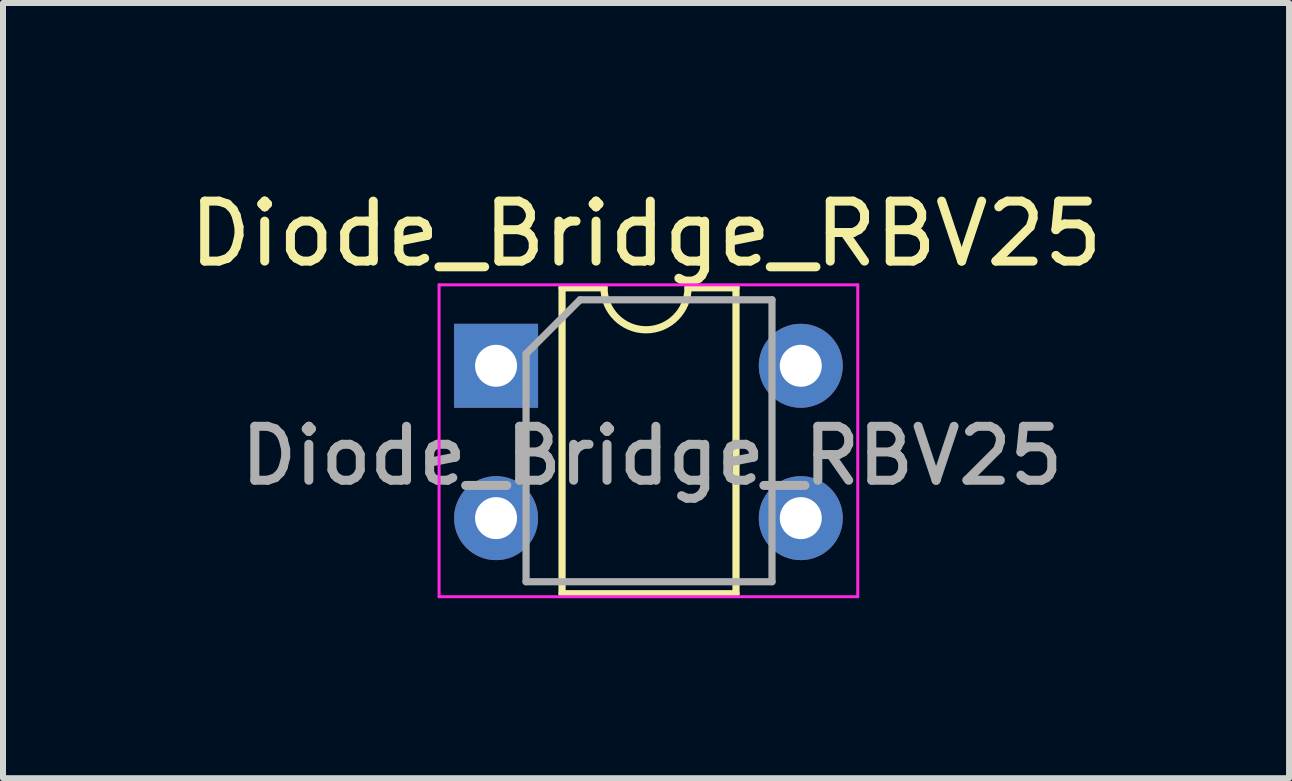
<source format=kicad_pcb>
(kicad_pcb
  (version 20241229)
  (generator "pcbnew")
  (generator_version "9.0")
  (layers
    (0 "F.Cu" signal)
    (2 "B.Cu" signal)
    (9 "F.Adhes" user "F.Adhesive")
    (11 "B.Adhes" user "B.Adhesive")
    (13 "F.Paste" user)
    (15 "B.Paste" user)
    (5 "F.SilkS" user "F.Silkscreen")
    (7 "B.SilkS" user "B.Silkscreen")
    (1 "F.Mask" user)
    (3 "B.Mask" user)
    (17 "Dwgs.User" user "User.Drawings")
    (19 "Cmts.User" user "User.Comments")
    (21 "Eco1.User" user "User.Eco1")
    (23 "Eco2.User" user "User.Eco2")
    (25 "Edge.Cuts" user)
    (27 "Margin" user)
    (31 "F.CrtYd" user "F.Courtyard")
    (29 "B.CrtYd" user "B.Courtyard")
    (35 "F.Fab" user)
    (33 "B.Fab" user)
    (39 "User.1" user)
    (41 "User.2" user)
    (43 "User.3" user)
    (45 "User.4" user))
  (footprint "Diode_Bridge_RBV25"
    (layer "F.Cu")
    (at 5.22 3.048)
    (property "Reference" "Diode_Bridge_RBV25" (at 2.5 -2.2 0) (layer "F.SilkS") (effects (font (size 1 1) (thickness 0.15))))
    (attr through_hole)
    (fp_line (start 1.1 -1.3) (end 1.1 3.8) (stroke (width 0.12) (type solid)) (layer "F.SilkS"))
    (fp_line (start 1.1 3.8) (end 4 3.8) (stroke (width 0.12) (type solid)) (layer "F.SilkS"))
    (fp_line (start 1.8 -1.3) (end 1.1 -1.3) (stroke (width 0.12) (type solid)) (layer "F.SilkS"))
    (fp_line (start 4 -1.3) (end 3.2 -1.3) (stroke (width 0.12) (type solid)) (layer "F.SilkS"))
    (fp_line (start 4 3.8) (end 4 -1.3) (stroke (width 0.12) (type solid)) (layer "F.SilkS"))
    (fp_arc (start 3.2 -1.3) (mid 2.5 -0.6) (end 1.8 -1.3) (stroke (width 0.12) (type solid)) (layer "F.SilkS"))
    (fp_line (start -0.95 -1.35) (end -0.95 3.85) (stroke (width 0.05) (type solid)) (layer "F.CrtYd"))
    (fp_line (start -0.95 -1.35) (end 6.03 -1.35) (stroke (width 0.05) (type solid)) (layer "F.CrtYd"))
    (fp_line (start 6.03 3.85) (end -0.95 3.85) (stroke (width 0.05) (type solid)) (layer "F.CrtYd"))
    (fp_line (start 6.03 3.85) (end 6.03 -1.35) (stroke (width 0.05) (type solid)) (layer "F.CrtYd"))
    (fp_line (start 0.5 -0.2) (end 1.4 -1.1) (stroke (width 0.12) (type solid)) (layer "F.Fab"))
    (fp_line (start 0.5 3.6) (end 0.5 -0.2) (stroke (width 0.12) (type solid)) (layer "F.Fab"))
    (fp_line (start 1.4 -1.1) (end 4.6 -1.1) (stroke (width 0.12) (type solid)) (layer "F.Fab"))
    (fp_line (start 4.6 -1.1) (end 4.6 3.6) (stroke (width 0.12) (type solid)) (layer "F.Fab"))
    (fp_line (start 4.6 3.6) (end 0.5 3.6) (stroke (width 0.12) (type solid)) (layer "F.Fab"))
    (fp_text user "${REFERENCE}" (at 2.6 1.5 0) (layer "F.Fab") (effects (font (size 0.9 0.9) (thickness 0.15))))
    (pad "1" thru_hole rect (at 0 0) (size 1.4 1.4) (drill 0.7) (layers "*.Cu" "*.Mask"))
    (pad "2" thru_hole circle (at 0 2.54) (size 1.4 1.4) (drill 0.7) (layers "*.Cu" "*.Mask"))
    (pad "3" thru_hole circle (at 5.08 2.54) (size 1.4 1.4) (drill 0.7) (layers "*.Cu" "*.Mask"))
    (pad "4" thru_hole circle (at 5.08 0) (size 1.4 1.4) (drill 0.7) (layers "*.Cu" "*.Mask")))
  (gr_rect
    (start -3 -3)
    (end 18.44 9.923)
    (stroke (width 0.1) (type default))
    (fill no)
    (layer "Edge.Cuts")))
</source>
